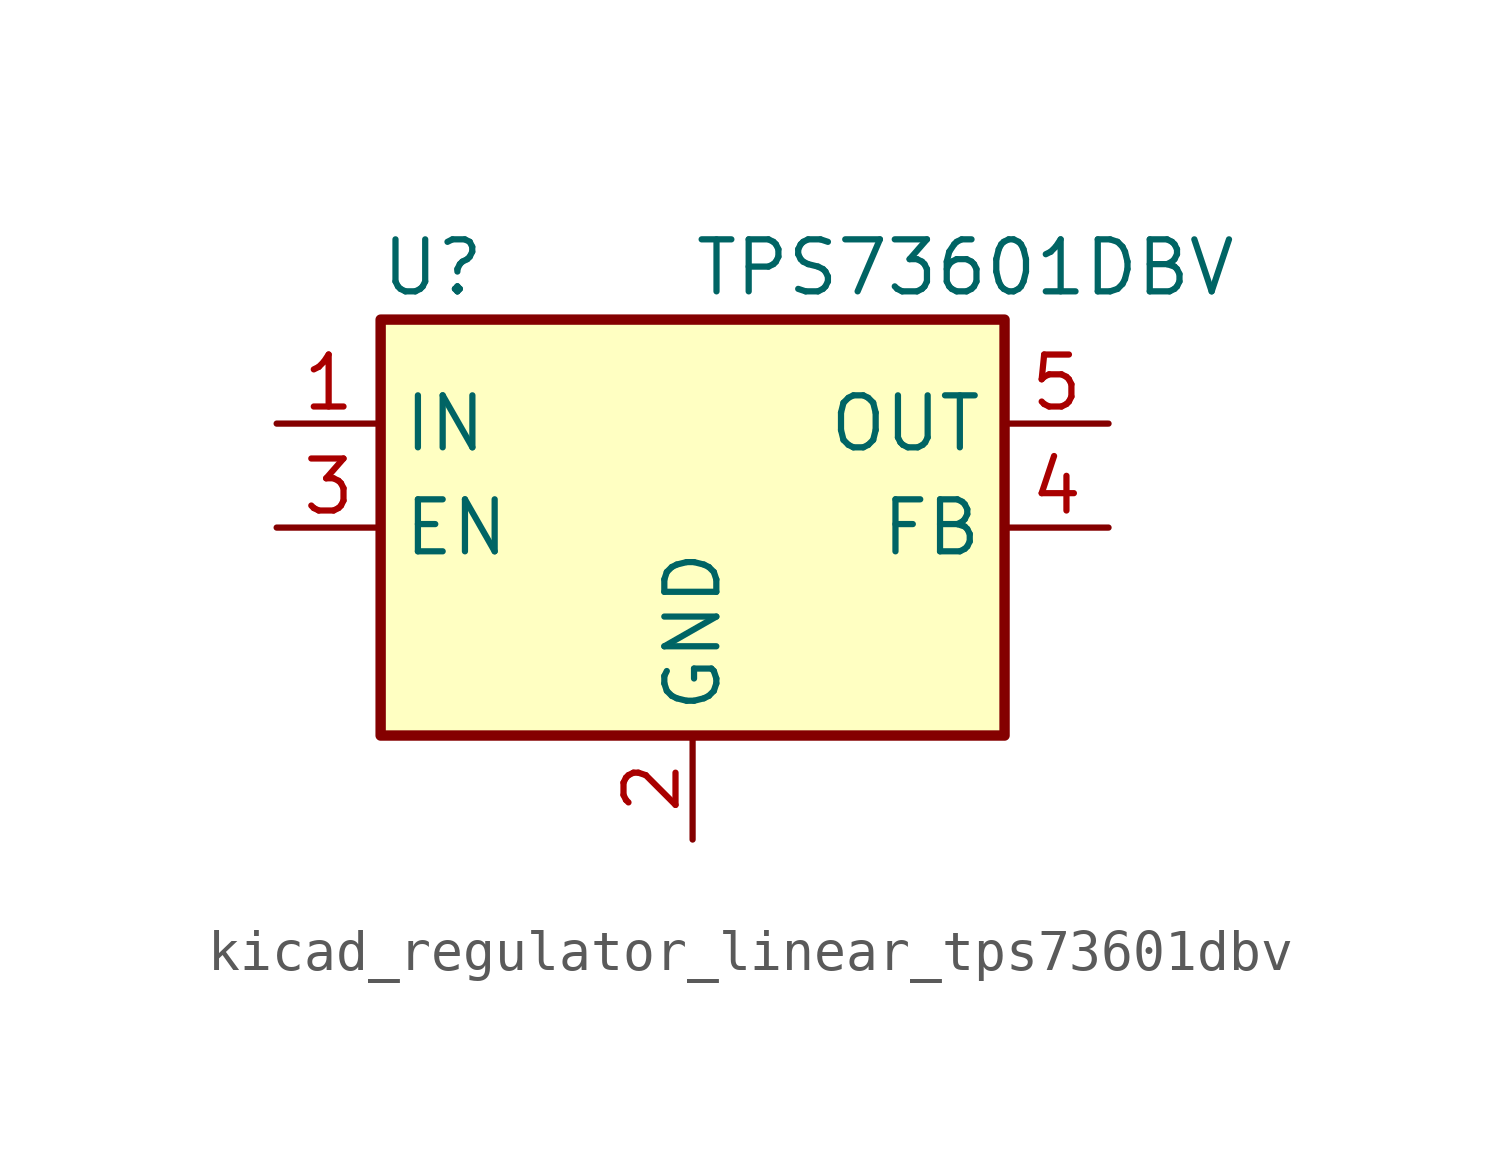
<source format=kicad_sym>
(kicad_symbol_lib
  (version 20220914)
  (generator kicad_symbol_editor)
  (symbol "kicad_regulator_linear_tps73601dbv"
    (property "Reference" "U"
      (at -6.35 6.35 0)
      (effects (font (size 1.27 1.27))))
    (property "Value" "TPS73601DBV"
      (at 0 6.35 0)
      (effects (font (size 1.27 1.27)) (justify left)))
    (symbol "kicad_regulator_linear_tps73601dbv_0_1"
      (rectangle (start -7.62 -5.08) (end 7.62 5.08) (stroke (width 0.254) (type default)) (fill (type background))))
    (symbol "kicad_regulator_linear_tps73601dbv_1_1"
      (pin power_in line (at -10.16 2.54 0) (length 2.54) (name "IN" (effects (font (size 1.27 1.27)))) (number "1" (effects (font (size 1.27 1.27)))))
      (pin power_in line (at 0 -7.62 90) (length 2.54) (name "GND" (effects (font (size 1.27 1.27)))) (number "2" (effects (font (size 1.27 1.27)))))
      (pin input line (at -10.16 0 0) (length 2.54) (name "EN" (effects (font (size 1.27 1.27)))) (number "3" (effects (font (size 1.27 1.27)))))
      (pin input line (at 10.16 0 180) (length 2.54) (name "FB" (effects (font (size 1.27 1.27)))) (number "4" (effects (font (size 1.27 1.27)))))
      (pin power_out line (at 10.16 2.54 180) (length 2.54) (name "OUT" (effects (font (size 1.27 1.27)))) (number "5" (effects (font (size 1.27 1.27))))))))
</source>
